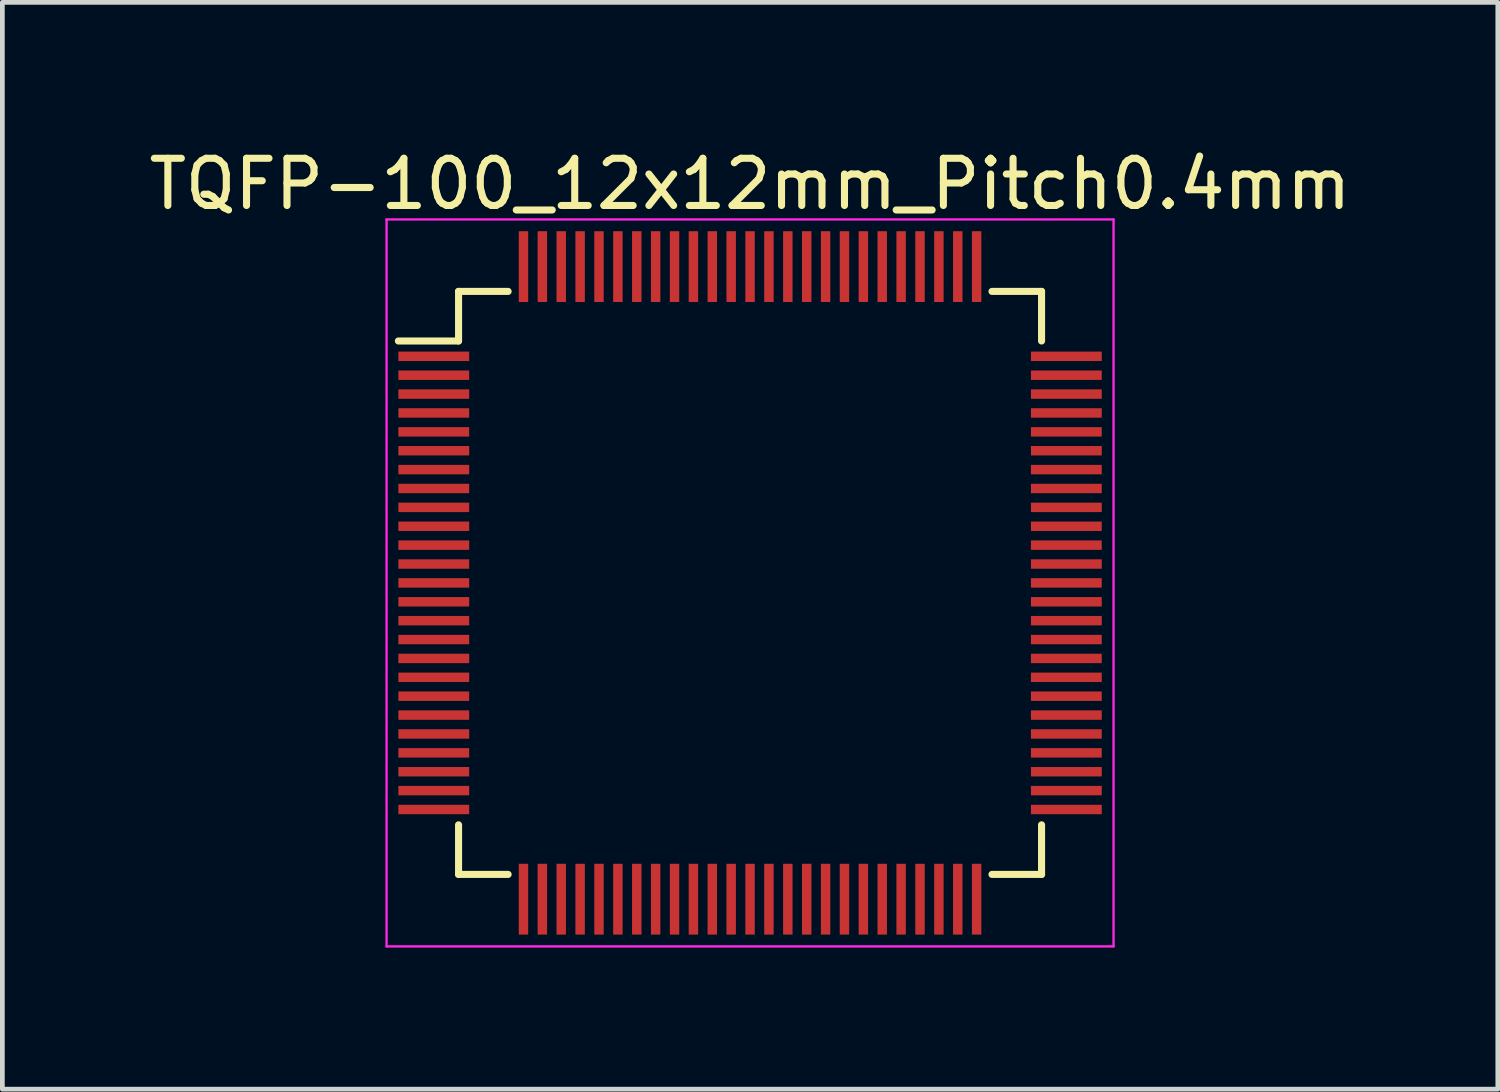
<source format=kicad_pcb>
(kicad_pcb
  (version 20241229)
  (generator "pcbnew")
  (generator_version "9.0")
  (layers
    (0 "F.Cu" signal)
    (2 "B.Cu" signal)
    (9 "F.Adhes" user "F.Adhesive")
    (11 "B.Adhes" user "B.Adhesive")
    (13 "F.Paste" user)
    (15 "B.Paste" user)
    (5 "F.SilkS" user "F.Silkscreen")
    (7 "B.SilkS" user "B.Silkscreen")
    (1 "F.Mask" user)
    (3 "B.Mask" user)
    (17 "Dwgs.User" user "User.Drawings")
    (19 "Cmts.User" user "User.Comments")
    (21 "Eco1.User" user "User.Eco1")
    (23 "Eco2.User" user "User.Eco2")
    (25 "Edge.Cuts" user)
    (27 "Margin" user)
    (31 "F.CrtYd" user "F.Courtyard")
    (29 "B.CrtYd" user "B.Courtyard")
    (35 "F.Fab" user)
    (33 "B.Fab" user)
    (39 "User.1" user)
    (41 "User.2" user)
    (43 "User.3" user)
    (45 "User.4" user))
  (footprint "TQFP-100_12x12mm_Pitch0.4mm"
    (layer "F.Cu")
    (at 12.839 9.298)
    (property "Reference" "TQFP-100_12x12mm_Pitch0.4mm" (at 0 -8.45 0) (layer "F.SilkS") (effects (font (size 1 1) (thickness 0.15))))
    (attr smd)
    (fp_line (start -6.175 -6.175) (end -6.175 -5.125) (stroke (width 0.15) (type solid)) (layer "F.SilkS"))
    (fp_line (start -6.175 -6.175) (end -5.125 -6.175) (stroke (width 0.15) (type solid)) (layer "F.SilkS"))
    (fp_line (start -6.175 -5.125) (end -7.45 -5.125) (stroke (width 0.15) (type solid)) (layer "F.SilkS"))
    (fp_line (start -6.175 6.175) (end -6.175 5.125) (stroke (width 0.15) (type solid)) (layer "F.SilkS"))
    (fp_line (start -6.175 6.175) (end -5.125 6.175) (stroke (width 0.15) (type solid)) (layer "F.SilkS"))
    (fp_line (start 6.175 -6.175) (end 5.125 -6.175) (stroke (width 0.15) (type solid)) (layer "F.SilkS"))
    (fp_line (start 6.175 -6.175) (end 6.175 -5.125) (stroke (width 0.15) (type solid)) (layer "F.SilkS"))
    (fp_line (start 6.175 6.175) (end 5.125 6.175) (stroke (width 0.15) (type solid)) (layer "F.SilkS"))
    (fp_line (start 6.175 6.175) (end 6.175 5.125) (stroke (width 0.15) (type solid)) (layer "F.SilkS"))
    (fp_line (start -7.7 -7.7) (end -7.7 7.7) (stroke (width 0.05) (type solid)) (layer "F.CrtYd"))
    (fp_line (start -7.7 -7.7) (end 7.7 -7.7) (stroke (width 0.05) (type solid)) (layer "F.CrtYd"))
    (fp_line (start -7.7 7.7) (end 7.7 7.7) (stroke (width 0.05) (type solid)) (layer "F.CrtYd"))
    (fp_line (start 7.7 -7.7) (end 7.7 7.7) (stroke (width 0.05) (type solid)) (layer "F.CrtYd"))
    (pad "1" smd rect (at -6.7 -4.8) (size 1.5 0.2) (layers "F.Cu" "F.Mask" "F.Paste"))
    (pad "2" smd rect (at -6.7 -4.4) (size 1.5 0.2) (layers "F.Cu" "F.Mask" "F.Paste"))
    (pad "3" smd rect (at -6.7 -4) (size 1.5 0.2) (layers "F.Cu" "F.Mask" "F.Paste"))
    (pad "4" smd rect (at -6.7 -3.6) (size 1.5 0.2) (layers "F.Cu" "F.Mask" "F.Paste"))
    (pad "5" smd rect (at -6.7 -3.2) (size 1.5 0.2) (layers "F.Cu" "F.Mask" "F.Paste"))
    (pad "6" smd rect (at -6.7 -2.8) (size 1.5 0.2) (layers "F.Cu" "F.Mask" "F.Paste"))
    (pad "7" smd rect (at -6.7 -2.4) (size 1.5 0.2) (layers "F.Cu" "F.Mask" "F.Paste"))
    (pad "8" smd rect (at -6.7 -2) (size 1.5 0.2) (layers "F.Cu" "F.Mask" "F.Paste"))
    (pad "9" smd rect (at -6.7 -1.6) (size 1.5 0.2) (layers "F.Cu" "F.Mask" "F.Paste"))
    (pad "10" smd rect (at -6.7 -1.2) (size 1.5 0.2) (layers "F.Cu" "F.Mask" "F.Paste"))
    (pad "11" smd rect (at -6.7 -0.8) (size 1.5 0.2) (layers "F.Cu" "F.Mask" "F.Paste"))
    (pad "12" smd rect (at -6.7 -0.4) (size 1.5 0.2) (layers "F.Cu" "F.Mask" "F.Paste"))
    (pad "13" smd rect (at -6.7 0) (size 1.5 0.2) (layers "F.Cu" "F.Mask" "F.Paste"))
    (pad "14" smd rect (at -6.7 0.4) (size 1.5 0.2) (layers "F.Cu" "F.Mask" "F.Paste"))
    (pad "15" smd rect (at -6.7 0.8) (size 1.5 0.2) (layers "F.Cu" "F.Mask" "F.Paste"))
    (pad "16" smd rect (at -6.7 1.2) (size 1.5 0.2) (layers "F.Cu" "F.Mask" "F.Paste"))
    (pad "17" smd rect (at -6.7 1.6) (size 1.5 0.2) (layers "F.Cu" "F.Mask" "F.Paste"))
    (pad "18" smd rect (at -6.7 2) (size 1.5 0.2) (layers "F.Cu" "F.Mask" "F.Paste"))
    (pad "19" smd rect (at -6.7 2.4) (size 1.5 0.2) (layers "F.Cu" "F.Mask" "F.Paste"))
    (pad "20" smd rect (at -6.7 2.8) (size 1.5 0.2) (layers "F.Cu" "F.Mask" "F.Paste"))
    (pad "21" smd rect (at -6.7 3.2) (size 1.5 0.2) (layers "F.Cu" "F.Mask" "F.Paste"))
    (pad "22" smd rect (at -6.7 3.6) (size 1.5 0.2) (layers "F.Cu" "F.Mask" "F.Paste"))
    (pad "23" smd rect (at -6.7 4) (size 1.5 0.2) (layers "F.Cu" "F.Mask" "F.Paste"))
    (pad "24" smd rect (at -6.7 4.4) (size 1.5 0.2) (layers "F.Cu" "F.Mask" "F.Paste"))
    (pad "25" smd rect (at -6.7 4.8) (size 1.5 0.2) (layers "F.Cu" "F.Mask" "F.Paste"))
    (pad "26" smd rect (at -4.8 6.7 90) (size 1.5 0.2) (layers "F.Cu" "F.Mask" "F.Paste"))
    (pad "27" smd rect (at -4.4 6.7 90) (size 1.5 0.2) (layers "F.Cu" "F.Mask" "F.Paste"))
    (pad "28" smd rect (at -4 6.7 90) (size 1.5 0.2) (layers "F.Cu" "F.Mask" "F.Paste"))
    (pad "29" smd rect (at -3.6 6.7 90) (size 1.5 0.2) (layers "F.Cu" "F.Mask" "F.Paste"))
    (pad "30" smd rect (at -3.2 6.7 90) (size 1.5 0.2) (layers "F.Cu" "F.Mask" "F.Paste"))
    (pad "31" smd rect (at -2.8 6.7 90) (size 1.5 0.2) (layers "F.Cu" "F.Mask" "F.Paste"))
    (pad "32" smd rect (at -2.4 6.7 90) (size 1.5 0.2) (layers "F.Cu" "F.Mask" "F.Paste"))
    (pad "33" smd rect (at -2 6.7 90) (size 1.5 0.2) (layers "F.Cu" "F.Mask" "F.Paste"))
    (pad "34" smd rect (at -1.6 6.7 90) (size 1.5 0.2) (layers "F.Cu" "F.Mask" "F.Paste"))
    (pad "35" smd rect (at -1.2 6.7 90) (size 1.5 0.2) (layers "F.Cu" "F.Mask" "F.Paste"))
    (pad "36" smd rect (at -0.8 6.7 90) (size 1.5 0.2) (layers "F.Cu" "F.Mask" "F.Paste"))
    (pad "37" smd rect (at -0.4 6.7 90) (size 1.5 0.2) (layers "F.Cu" "F.Mask" "F.Paste"))
    (pad "38" smd rect (at 0 6.7 90) (size 1.5 0.2) (layers "F.Cu" "F.Mask" "F.Paste"))
    (pad "39" smd rect (at 0.4 6.7 90) (size 1.5 0.2) (layers "F.Cu" "F.Mask" "F.Paste"))
    (pad "40" smd rect (at 0.8 6.7 90) (size 1.5 0.2) (layers "F.Cu" "F.Mask" "F.Paste"))
    (pad "41" smd rect (at 1.2 6.7 90) (size 1.5 0.2) (layers "F.Cu" "F.Mask" "F.Paste"))
    (pad "42" smd rect (at 1.6 6.7 90) (size 1.5 0.2) (layers "F.Cu" "F.Mask" "F.Paste"))
    (pad "43" smd rect (at 2 6.7 90) (size 1.5 0.2) (layers "F.Cu" "F.Mask" "F.Paste"))
    (pad "44" smd rect (at 2.4 6.7 90) (size 1.5 0.2) (layers "F.Cu" "F.Mask" "F.Paste"))
    (pad "45" smd rect (at 2.8 6.7 90) (size 1.5 0.2) (layers "F.Cu" "F.Mask" "F.Paste"))
    (pad "46" smd rect (at 3.2 6.7 90) (size 1.5 0.2) (layers "F.Cu" "F.Mask" "F.Paste"))
    (pad "47" smd rect (at 3.6 6.7 90) (size 1.5 0.2) (layers "F.Cu" "F.Mask" "F.Paste"))
    (pad "48" smd rect (at 4 6.7 90) (size 1.5 0.2) (layers "F.Cu" "F.Mask" "F.Paste"))
    (pad "49" smd rect (at 4.4 6.7 90) (size 1.5 0.2) (layers "F.Cu" "F.Mask" "F.Paste"))
    (pad "50" smd rect (at 4.8 6.7 90) (size 1.5 0.2) (layers "F.Cu" "F.Mask" "F.Paste"))
    (pad "51" smd rect (at 6.7 4.8) (size 1.5 0.2) (layers "F.Cu" "F.Mask" "F.Paste"))
    (pad "52" smd rect (at 6.7 4.4) (size 1.5 0.2) (layers "F.Cu" "F.Mask" "F.Paste"))
    (pad "53" smd rect (at 6.7 4) (size 1.5 0.2) (layers "F.Cu" "F.Mask" "F.Paste"))
    (pad "54" smd rect (at 6.7 3.6) (size 1.5 0.2) (layers "F.Cu" "F.Mask" "F.Paste"))
    (pad "55" smd rect (at 6.7 3.2) (size 1.5 0.2) (layers "F.Cu" "F.Mask" "F.Paste"))
    (pad "56" smd rect (at 6.7 2.8) (size 1.5 0.2) (layers "F.Cu" "F.Mask" "F.Paste"))
    (pad "57" smd rect (at 6.7 2.4) (size 1.5 0.2) (layers "F.Cu" "F.Mask" "F.Paste"))
    (pad "58" smd rect (at 6.7 2) (size 1.5 0.2) (layers "F.Cu" "F.Mask" "F.Paste"))
    (pad "59" smd rect (at 6.7 1.6) (size 1.5 0.2) (layers "F.Cu" "F.Mask" "F.Paste"))
    (pad "60" smd rect (at 6.7 1.2) (size 1.5 0.2) (layers "F.Cu" "F.Mask" "F.Paste"))
    (pad "61" smd rect (at 6.7 0.8) (size 1.5 0.2) (layers "F.Cu" "F.Mask" "F.Paste"))
    (pad "62" smd rect (at 6.7 0.4) (size 1.5 0.2) (layers "F.Cu" "F.Mask" "F.Paste"))
    (pad "63" smd rect (at 6.7 0) (size 1.5 0.2) (layers "F.Cu" "F.Mask" "F.Paste"))
    (pad "64" smd rect (at 6.7 -0.4) (size 1.5 0.2) (layers "F.Cu" "F.Mask" "F.Paste"))
    (pad "65" smd rect (at 6.7 -0.8) (size 1.5 0.2) (layers "F.Cu" "F.Mask" "F.Paste"))
    (pad "66" smd rect (at 6.7 -1.2) (size 1.5 0.2) (layers "F.Cu" "F.Mask" "F.Paste"))
    (pad "67" smd rect (at 6.7 -1.6) (size 1.5 0.2) (layers "F.Cu" "F.Mask" "F.Paste"))
    (pad "68" smd rect (at 6.7 -2) (size 1.5 0.2) (layers "F.Cu" "F.Mask" "F.Paste"))
    (pad "69" smd rect (at 6.7 -2.4) (size 1.5 0.2) (layers "F.Cu" "F.Mask" "F.Paste"))
    (pad "70" smd rect (at 6.7 -2.8) (size 1.5 0.2) (layers "F.Cu" "F.Mask" "F.Paste"))
    (pad "71" smd rect (at 6.7 -3.2) (size 1.5 0.2) (layers "F.Cu" "F.Mask" "F.Paste"))
    (pad "72" smd rect (at 6.7 -3.6) (size 1.5 0.2) (layers "F.Cu" "F.Mask" "F.Paste"))
    (pad "73" smd rect (at 6.7 -4) (size 1.5 0.2) (layers "F.Cu" "F.Mask" "F.Paste"))
    (pad "74" smd rect (at 6.7 -4.4) (size 1.5 0.2) (layers "F.Cu" "F.Mask" "F.Paste"))
    (pad "75" smd rect (at 6.7 -4.8) (size 1.5 0.2) (layers "F.Cu" "F.Mask" "F.Paste"))
    (pad "76" smd rect (at 4.8 -6.7 90) (size 1.5 0.2) (layers "F.Cu" "F.Mask" "F.Paste"))
    (pad "77" smd rect (at 4.4 -6.7 90) (size 1.5 0.2) (layers "F.Cu" "F.Mask" "F.Paste"))
    (pad "78" smd rect (at 4 -6.7 90) (size 1.5 0.2) (layers "F.Cu" "F.Mask" "F.Paste"))
    (pad "79" smd rect (at 3.6 -6.7 90) (size 1.5 0.2) (layers "F.Cu" "F.Mask" "F.Paste"))
    (pad "80" smd rect (at 3.2 -6.7 90) (size 1.5 0.2) (layers "F.Cu" "F.Mask" "F.Paste"))
    (pad "81" smd rect (at 2.8 -6.7 90) (size 1.5 0.2) (layers "F.Cu" "F.Mask" "F.Paste"))
    (pad "82" smd rect (at 2.4 -6.7 90) (size 1.5 0.2) (layers "F.Cu" "F.Mask" "F.Paste"))
    (pad "83" smd rect (at 2 -6.7 90) (size 1.5 0.2) (layers "F.Cu" "F.Mask" "F.Paste"))
    (pad "84" smd rect (at 1.6 -6.7 90) (size 1.5 0.2) (layers "F.Cu" "F.Mask" "F.Paste"))
    (pad "85" smd rect (at 1.2 -6.7 90) (size 1.5 0.2) (layers "F.Cu" "F.Mask" "F.Paste"))
    (pad "86" smd rect (at 0.8 -6.7 90) (size 1.5 0.2) (layers "F.Cu" "F.Mask" "F.Paste"))
    (pad "87" smd rect (at 0.4 -6.7 90) (size 1.5 0.2) (layers "F.Cu" "F.Mask" "F.Paste"))
    (pad "88" smd rect (at 0 -6.7 90) (size 1.5 0.2) (layers "F.Cu" "F.Mask" "F.Paste"))
    (pad "89" smd rect (at -0.4 -6.7 90) (size 1.5 0.2) (layers "F.Cu" "F.Mask" "F.Paste"))
    (pad "90" smd rect (at -0.8 -6.7 90) (size 1.5 0.2) (layers "F.Cu" "F.Mask" "F.Paste"))
    (pad "91" smd rect (at -1.2 -6.7 90) (size 1.5 0.2) (layers "F.Cu" "F.Mask" "F.Paste"))
    (pad "92" smd rect (at -1.6 -6.7 90) (size 1.5 0.2) (layers "F.Cu" "F.Mask" "F.Paste"))
    (pad "93" smd rect (at -2 -6.7 90) (size 1.5 0.2) (layers "F.Cu" "F.Mask" "F.Paste"))
    (pad "94" smd rect (at -2.4 -6.7 90) (size 1.5 0.2) (layers "F.Cu" "F.Mask" "F.Paste"))
    (pad "95" smd rect (at -2.8 -6.7 90) (size 1.5 0.2) (layers "F.Cu" "F.Mask" "F.Paste"))
    (pad "96" smd rect (at -3.2 -6.7 90) (size 1.5 0.2) (layers "F.Cu" "F.Mask" "F.Paste"))
    (pad "97" smd rect (at -3.6 -6.7 90) (size 1.5 0.2) (layers "F.Cu" "F.Mask" "F.Paste"))
    (pad "98" smd rect (at -4 -6.7 90) (size 1.5 0.2) (layers "F.Cu" "F.Mask" "F.Paste"))
    (pad "99" smd rect (at -4.4 -6.7 90) (size 1.5 0.2) (layers "F.Cu" "F.Mask" "F.Paste"))
    (pad "100" smd rect (at -4.8 -6.7 90) (size 1.5 0.2) (layers "F.Cu" "F.Mask" "F.Paste")))
  (gr_rect
    (start -3 -3)
    (end 28.679 20.023)
    (stroke (width 0.1) (type default))
    (fill no)
    (layer "Edge.Cuts")))
</source>
